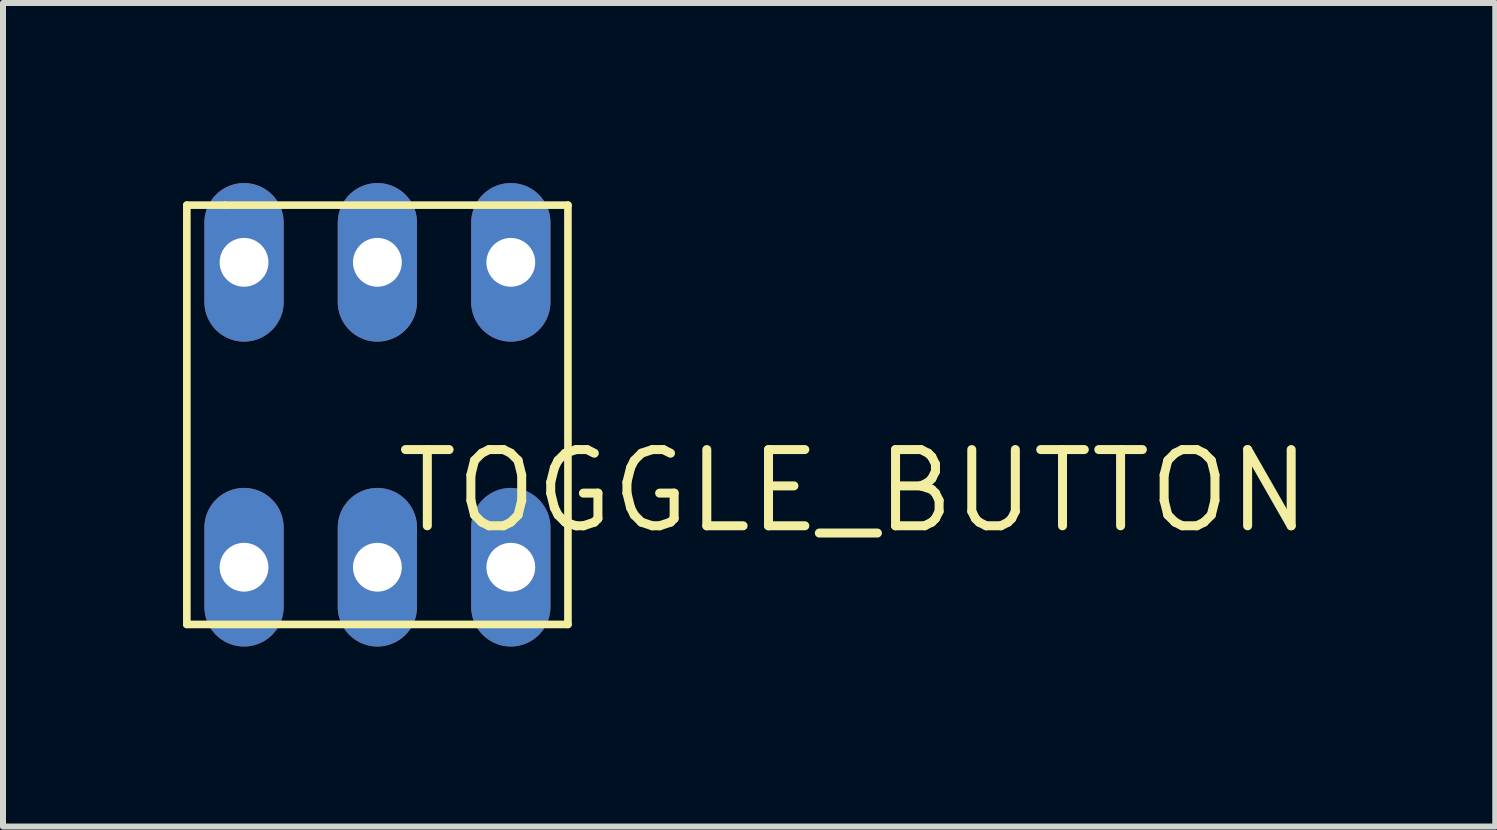
<source format=kicad_pcb>
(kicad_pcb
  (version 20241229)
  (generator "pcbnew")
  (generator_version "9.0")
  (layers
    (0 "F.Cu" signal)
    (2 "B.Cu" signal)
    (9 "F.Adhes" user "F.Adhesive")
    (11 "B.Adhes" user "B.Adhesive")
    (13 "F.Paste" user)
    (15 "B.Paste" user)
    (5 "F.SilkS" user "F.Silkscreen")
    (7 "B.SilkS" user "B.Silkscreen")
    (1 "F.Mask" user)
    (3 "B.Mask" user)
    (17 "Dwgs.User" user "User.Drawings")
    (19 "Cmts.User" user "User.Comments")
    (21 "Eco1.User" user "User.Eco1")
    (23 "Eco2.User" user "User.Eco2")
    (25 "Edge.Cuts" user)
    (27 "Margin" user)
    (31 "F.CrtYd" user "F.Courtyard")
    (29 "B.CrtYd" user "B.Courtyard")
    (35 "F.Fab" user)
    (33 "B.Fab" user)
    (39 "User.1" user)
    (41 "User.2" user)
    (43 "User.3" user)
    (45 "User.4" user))
  (footprint "TOGGLE_BUTTON"
    (layer "F.Cu")
    (at 11.176 5.131)
    (property "Reference" "TOGGLE_BUTTON" (at 0 0 0) (layer "F.SilkS") (effects (font (size 1.27 1.27) (thickness 0.15))))
    (fp_line (start -11.113 -4.763) (end -11.113 2.223) (stroke (width 0.127) (type solid)) (layer "F.SilkS"))
    (fp_line (start -11.113 2.223) (end -4.763 2.223) (stroke (width 0.127) (type solid)) (layer "F.SilkS"))
    (fp_line (start -10.477 -4.763) (end -11.113 -4.763) (stroke (width 0.127) (type solid)) (layer "F.SilkS"))
    (fp_line (start -4.763 -4.763) (end -10.477 -4.763) (stroke (width 0.127) (type solid)) (layer "F.SilkS"))
    (fp_line (start -4.763 2.223) (end -4.763 -4.763) (stroke (width 0.127) (type solid)) (layer "F.SilkS"))
    (pad "1" thru_hole oval (at -10.16 1.27 90) (size 2.642 1.321) (drill 0.813) (layers "*.Cu" "*.Mask"))
    (pad "2" thru_hole oval (at -7.938 1.27 90) (size 2.642 1.321) (drill 0.813) (layers "*.Cu" "*.Mask"))
    (pad "3" thru_hole oval (at -5.715 1.27 90) (size 2.642 1.321) (drill 0.813) (layers "*.Cu" "*.Mask"))
    (pad "4" thru_hole oval (at -5.715 -3.81 90) (size 2.642 1.321) (drill 0.813) (layers "*.Cu" "*.Mask"))
    (pad "5" thru_hole oval (at -7.938 -3.81 90) (size 2.642 1.321) (drill 0.813) (layers "*.Cu" "*.Mask"))
    (pad "6" thru_hole oval (at -10.16 -3.81 90) (size 2.642 1.321) (drill 0.813) (layers "*.Cu" "*.Mask")))
  (gr_rect
    (start -3 -3)
    (end 21.864 10.722)
    (stroke (width 0.1) (type default))
    (fill no)
    (layer "Edge.Cuts")))
</source>
